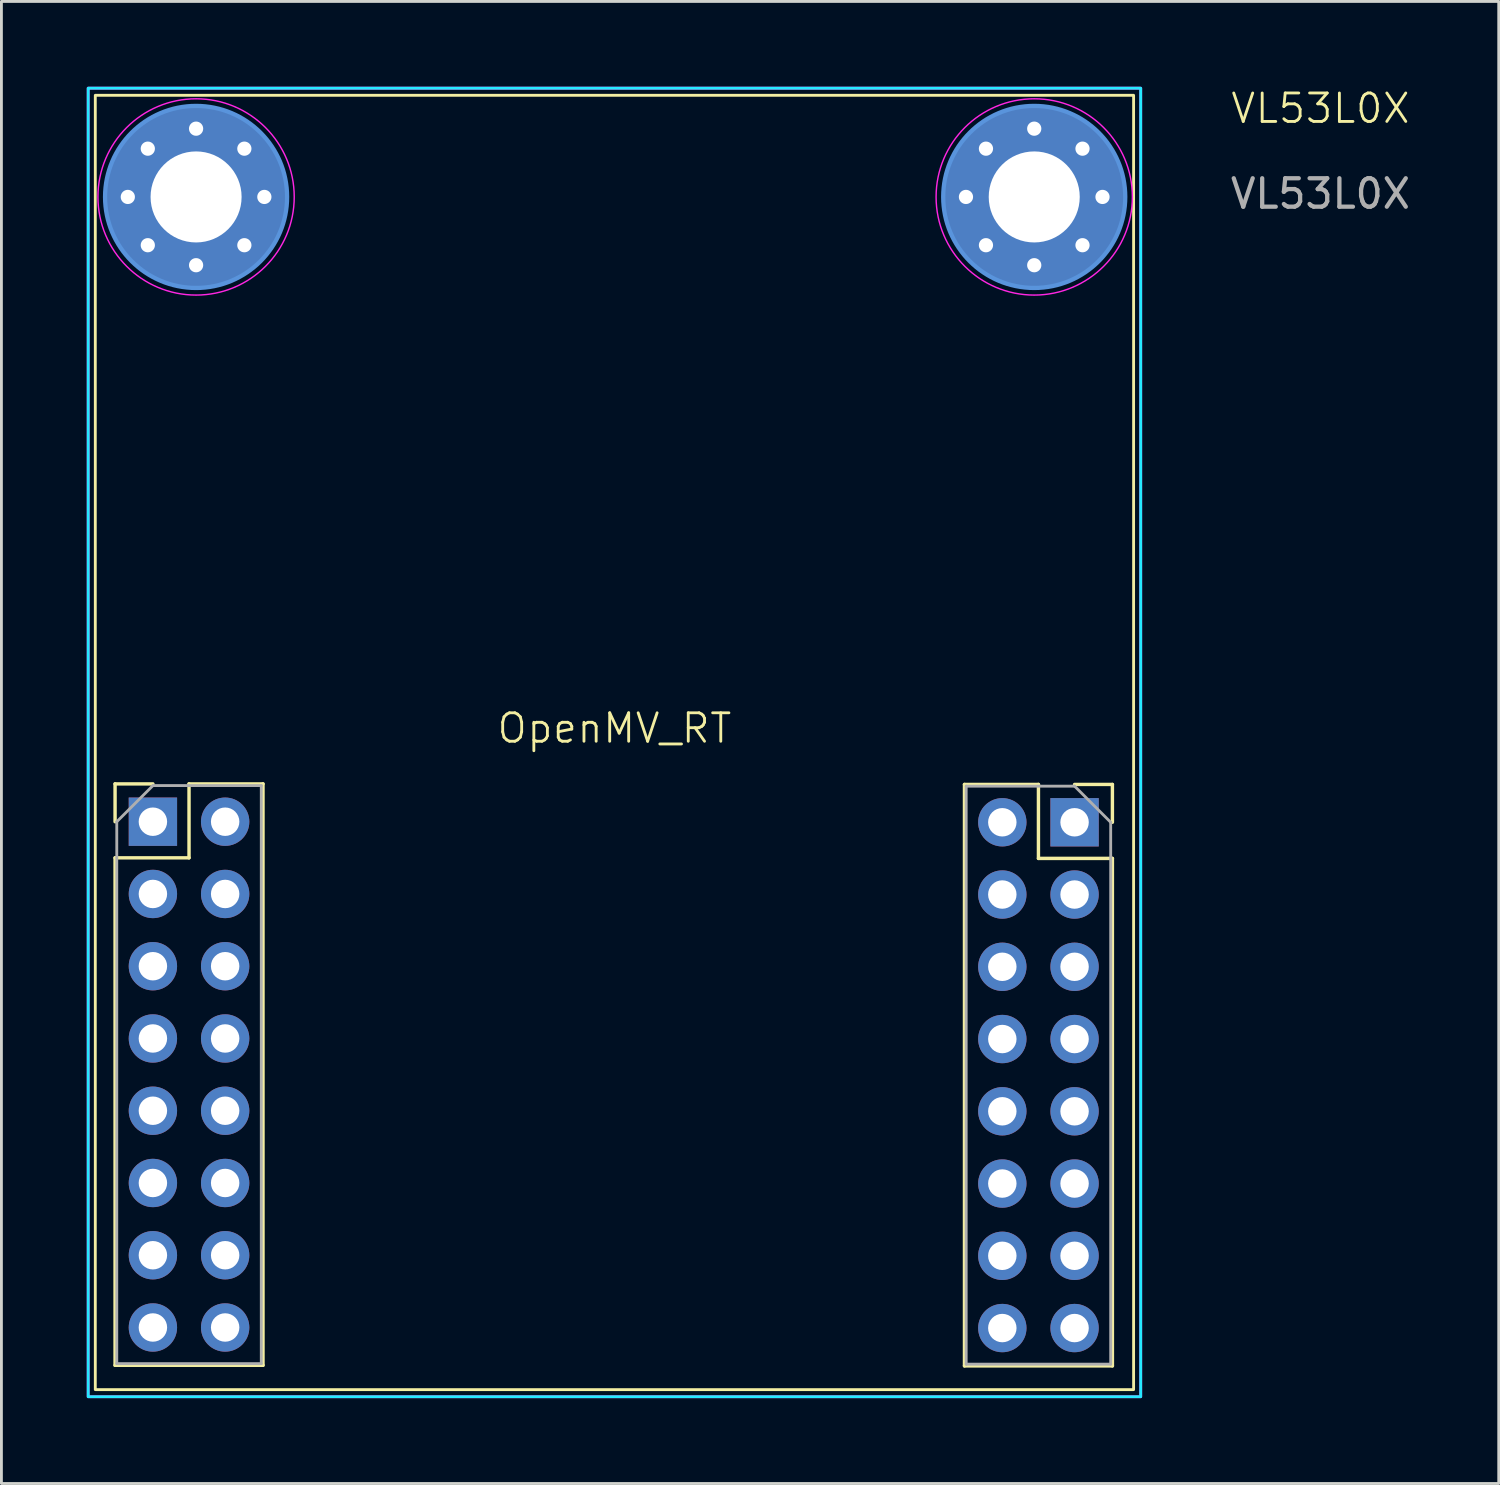
<source format=kicad_pcb>
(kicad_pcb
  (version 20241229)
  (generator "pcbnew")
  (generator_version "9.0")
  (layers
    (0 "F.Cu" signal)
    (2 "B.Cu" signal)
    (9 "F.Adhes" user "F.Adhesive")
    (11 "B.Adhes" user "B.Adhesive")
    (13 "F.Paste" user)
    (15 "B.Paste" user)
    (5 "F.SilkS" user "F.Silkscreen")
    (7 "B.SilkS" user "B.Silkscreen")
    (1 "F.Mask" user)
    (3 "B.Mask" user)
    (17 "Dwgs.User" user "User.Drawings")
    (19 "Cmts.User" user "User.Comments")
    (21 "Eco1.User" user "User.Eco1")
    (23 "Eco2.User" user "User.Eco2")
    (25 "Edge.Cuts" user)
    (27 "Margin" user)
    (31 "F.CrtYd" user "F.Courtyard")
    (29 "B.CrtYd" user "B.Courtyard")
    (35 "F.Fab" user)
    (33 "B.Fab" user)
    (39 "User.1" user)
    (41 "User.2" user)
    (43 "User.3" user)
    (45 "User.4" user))
  (footprint "OpenMV_RT"
    (layer "F.Cu")
    (at 18.55 9.08)
    (property "Reference" "OpenMV_RT" (at 0 13.47 0) (unlocked yes) (layer "F.SilkS") (effects (font (size 1 1) (thickness 0.1))))
    (attr through_hole)
    (fp_line (start -17.555 15.426) (end -16.225 15.426) (stroke (width 0.12) (type solid)) (layer "F.SilkS"))
    (fp_line (start -17.555 16.756) (end -17.555 15.426) (stroke (width 0.12) (type solid)) (layer "F.SilkS"))
    (fp_line (start -17.555 18.026) (end -17.555 35.866) (stroke (width 0.12) (type solid)) (layer "F.SilkS"))
    (fp_line (start -17.555 18.026) (end -14.955 18.026) (stroke (width 0.12) (type solid)) (layer "F.SilkS"))
    (fp_line (start -17.555 35.866) (end -12.355 35.866) (stroke (width 0.12) (type solid)) (layer "F.SilkS"))
    (fp_line (start -14.955 15.426) (end -12.355 15.426) (stroke (width 0.12) (type solid)) (layer "F.SilkS"))
    (fp_line (start -14.955 18.026) (end -14.955 15.426) (stroke (width 0.12) (type solid)) (layer "F.SilkS"))
    (fp_line (start -12.355 15.426) (end -12.355 35.866) (stroke (width 0.12) (type solid)) (layer "F.SilkS"))
    (fp_line (start 12.305 15.446) (end 12.305 35.886) (stroke (width 0.12) (type solid)) (layer "F.SilkS"))
    (fp_line (start 14.905 15.446) (end 12.305 15.446) (stroke (width 0.12) (type solid)) (layer "F.SilkS"))
    (fp_line (start 14.905 18.046) (end 14.905 15.446) (stroke (width 0.12) (type solid)) (layer "F.SilkS"))
    (fp_line (start 17.505 15.446) (end 16.175 15.446) (stroke (width 0.12) (type solid)) (layer "F.SilkS"))
    (fp_line (start 17.505 16.776) (end 17.505 15.446) (stroke (width 0.12) (type solid)) (layer "F.SilkS"))
    (fp_line (start 17.505 18.046) (end 14.905 18.046) (stroke (width 0.12) (type solid)) (layer "F.SilkS"))
    (fp_line (start 17.505 18.046) (end 17.505 35.886) (stroke (width 0.12) (type solid)) (layer "F.SilkS"))
    (fp_line (start 17.505 35.886) (end 12.305 35.886) (stroke (width 0.12) (type solid)) (layer "F.SilkS"))
    (fp_rect (start 18.25 -8.78) (end -18.25 36.72) (stroke (width 0.1) (type default)) (fill no) (layer "F.SilkS"))
    (fp_circle (center -14.707 -5.207) (end -11.507 -5.207) (stroke (width 0.15) (type solid)) (fill no) (layer "Cmts.User"))
    (fp_circle (center 14.757 -5.207) (end 17.957 -5.207) (stroke (width 0.15) (type solid)) (fill no) (layer "Cmts.User"))
    (fp_rect (start -18.5 36.97) (end 18.5 -9.03) (stroke (width 0.1) (type default)) (fill no) (layer "B.CrtYd"))
    (fp_rect (start -18.5 36.97) (end 18.5 -9.03) (stroke (width 0.1) (type default)) (fill no) (layer "F.CrtYd"))
    (fp_circle (center -14.707 -5.207) (end -11.257 -5.207) (stroke (width 0.05) (type solid)) (fill no) (layer "F.CrtYd"))
    (fp_circle (center 14.757 -5.207) (end 18.207 -5.207) (stroke (width 0.05) (type solid)) (fill no) (layer "F.CrtYd"))
    (fp_line (start -17.495 16.756) (end -16.225 15.486) (stroke (width 0.1) (type solid)) (layer "F.Fab"))
    (fp_line (start -17.495 35.806) (end -17.495 16.756) (stroke (width 0.1) (type solid)) (layer "F.Fab"))
    (fp_line (start -16.225 15.486) (end -12.415 15.486) (stroke (width 0.1) (type solid)) (layer "F.Fab"))
    (fp_line (start -12.415 15.486) (end -12.415 35.806) (stroke (width 0.1) (type solid)) (layer "F.Fab"))
    (fp_line (start -12.415 35.806) (end -17.495 35.806) (stroke (width 0.1) (type solid)) (layer "F.Fab"))
    (fp_line (start 12.365 15.506) (end 12.365 35.826) (stroke (width 0.1) (type solid)) (layer "F.Fab"))
    (fp_line (start 12.365 35.826) (end 17.445 35.826) (stroke (width 0.1) (type solid)) (layer "F.Fab"))
    (fp_line (start 16.175 15.506) (end 12.365 15.506) (stroke (width 0.1) (type solid)) (layer "F.Fab"))
    (fp_line (start 17.445 16.776) (end 16.175 15.506) (stroke (width 0.1) (type solid)) (layer "F.Fab"))
    (fp_line (start 17.445 35.826) (end 17.445 16.776) (stroke (width 0.1) (type solid)) (layer "F.Fab"))
    (pad "0" thru_hole rect (at -16.225 16.756) (size 1.7 1.7) (drill 1) (layers "*.Cu" "*.Mask"))
    (pad "1" thru_hole oval (at -13.685 16.756) (size 1.7 1.7) (drill 1) (layers "*.Cu" "*.Mask"))
    (pad "2" thru_hole oval (at -16.225 19.296) (size 1.7 1.7) (drill 1) (layers "*.Cu" "*.Mask"))
    (pad "3" thru_hole oval (at -13.685 19.296) (size 1.7 1.7) (drill 1) (layers "*.Cu" "*.Mask"))
    (pad "4" thru_hole oval (at -16.225 21.836) (size 1.7 1.7) (drill 1) (layers "*.Cu" "*.Mask"))
    (pad "5" thru_hole oval (at -13.685 21.836) (size 1.7 1.7) (drill 1) (layers "*.Cu" "*.Mask"))
    (pad "6" thru_hole oval (at -16.225 24.376) (size 1.7 1.7) (drill 1) (layers "*.Cu" "*.Mask"))
    (pad "7" thru_hole oval (at -13.685 24.376) (size 1.7 1.7) (drill 1) (layers "*.Cu" "*.Mask"))
    (pad "8" thru_hole oval (at -16.225 26.916) (size 1.7 1.7) (drill 1) (layers "*.Cu" "*.Mask"))
    (pad "9" thru_hole oval (at -13.685 26.916) (size 1.7 1.7) (drill 1) (layers "*.Cu" "*.Mask"))
    (pad "10" thru_hole oval (at -16.225 29.456) (size 1.7 1.7) (drill 1) (layers "*.Cu" "*.Mask"))
    (pad "11" thru_hole oval (at -13.685 29.456) (size 1.7 1.7) (drill 1) (layers "*.Cu" "*.Mask"))
    (pad "12" thru_hole oval (at -16.225 31.996) (size 1.7 1.7) (drill 1) (layers "*.Cu" "*.Mask"))
    (pad "13" thru_hole oval (at -13.685 31.996) (size 1.7 1.7) (drill 1) (layers "*.Cu" "*.Mask"))
    (pad "14" thru_hole oval (at -16.225 34.536) (size 1.7 1.7) (drill 1) (layers "*.Cu" "*.Mask"))
    (pad "15" thru_hole oval (at -13.685 34.536) (size 1.7 1.7) (drill 1) (layers "*.Cu" "*.Mask"))
    (pad "16" thru_hole oval (at 13.635 16.776) (size 1.7 1.7) (drill 1) (layers "*.Cu" "*.Mask"))
    (pad "17" thru_hole rect (at 16.175 16.776) (size 1.7 1.7) (drill 1) (layers "*.Cu" "*.Mask"))
    (pad "18" thru_hole oval (at 13.635 19.316) (size 1.7 1.7) (drill 1) (layers "*.Cu" "*.Mask"))
    (pad "19" thru_hole oval (at 16.175 19.316) (size 1.7 1.7) (drill 1) (layers "*.Cu" "*.Mask"))
    (pad "20" thru_hole oval (at 13.635 21.856) (size 1.7 1.7) (drill 1) (layers "*.Cu" "*.Mask"))
    (pad "21" thru_hole oval (at 16.175 21.856) (size 1.7 1.7) (drill 1) (layers "*.Cu" "*.Mask"))
    (pad "22" thru_hole oval (at 13.635 24.396) (size 1.7 1.7) (drill 1) (layers "*.Cu" "*.Mask"))
    (pad "23" thru_hole oval (at 16.175 24.396) (size 1.7 1.7) (drill 1) (layers "*.Cu" "*.Mask"))
    (pad "24" thru_hole oval (at 13.635 26.936) (size 1.7 1.7) (drill 1) (layers "*.Cu" "*.Mask"))
    (pad "25" thru_hole oval (at 16.175 26.936) (size 1.7 1.7) (drill 1) (layers "*.Cu" "*.Mask"))
    (pad "26" thru_hole oval (at 13.635 29.476) (size 1.7 1.7) (drill 1) (layers "*.Cu" "*.Mask"))
    (pad "27" thru_hole oval (at 16.175 29.476) (size 1.7 1.7) (drill 1) (layers "*.Cu" "*.Mask"))
    (pad "28" thru_hole oval (at 13.635 32.016) (size 1.7 1.7) (drill 1) (layers "*.Cu" "*.Mask"))
    (pad "29" thru_hole oval (at 16.175 32.016) (size 1.7 1.7) (drill 1) (layers "*.Cu" "*.Mask"))
    (pad "30" thru_hole oval (at 13.635 34.556) (size 1.7 1.7) (drill 1) (layers "*.Cu" "*.Mask"))
    (pad "31" thru_hole oval (at 16.175 34.556) (size 1.7 1.7) (drill 1) (layers "*.Cu" "*.Mask"))
    (pad "X" thru_hole circle (at -17.107 -5.207) (size 0.8 0.8) (drill 0.5) (layers "*.Cu" "*.Mask"))
    (pad "X" thru_hole circle (at -16.404 -6.904) (size 0.8 0.8) (drill 0.5) (layers "*.Cu" "*.Mask"))
    (pad "X" thru_hole circle (at -16.404 -3.51) (size 0.8 0.8) (drill 0.5) (layers "*.Cu" "*.Mask"))
    (pad "X" thru_hole circle (at -14.707 -7.607) (size 0.8 0.8) (drill 0.5) (layers "*.Cu" "*.Mask"))
    (pad "X" thru_hole circle (at -14.707 -5.207) (size 6.4 6.4) (drill 3.2) (layers "*.Cu" "*.Mask"))
    (pad "X" thru_hole circle (at -14.707 -2.807) (size 0.8 0.8) (drill 0.5) (layers "*.Cu" "*.Mask"))
    (pad "X" thru_hole circle (at -13.01 -6.904) (size 0.8 0.8) (drill 0.5) (layers "*.Cu" "*.Mask"))
    (pad "X" thru_hole circle (at -13.01 -3.51) (size 0.8 0.8) (drill 0.5) (layers "*.Cu" "*.Mask"))
    (pad "X" thru_hole circle (at -12.307 -5.207) (size 0.8 0.8) (drill 0.5) (layers "*.Cu" "*.Mask"))
    (pad "X" thru_hole circle (at 12.357 -5.207) (size 0.8 0.8) (drill 0.5) (layers "*.Cu" "*.Mask"))
    (pad "X" thru_hole circle (at 13.06 -6.904) (size 0.8 0.8) (drill 0.5) (layers "*.Cu" "*.Mask"))
    (pad "X" thru_hole circle (at 13.06 -3.51) (size 0.8 0.8) (drill 0.5) (layers "*.Cu" "*.Mask"))
    (pad "X" thru_hole circle (at 14.757 -7.607) (size 0.8 0.8) (drill 0.5) (layers "*.Cu" "*.Mask"))
    (pad "X" thru_hole circle (at 14.757 -5.207) (size 6.4 6.4) (drill 3.2) (layers "*.Cu" "*.Mask"))
    (pad "X" thru_hole circle (at 14.757 -2.807) (size 0.8 0.8) (drill 0.5) (layers "*.Cu" "*.Mask"))
    (pad "X" thru_hole circle (at 16.454 -6.904) (size 0.8 0.8) (drill 0.5) (layers "*.Cu" "*.Mask"))
    (pad "X" thru_hole circle (at 16.454 -3.51) (size 0.8 0.8) (drill 0.5) (layers "*.Cu" "*.Mask"))
    (pad "X" thru_hole circle (at 17.157 -5.207) (size 0.8 0.8) (drill 0.5) (layers "*.Cu" "*.Mask")))
  (footprint "VL53L0X"
    (layer "F.Cu")
    (at 43.408 22.511)
    (property "Reference" "VL53L0X" (at -0.04 -21.75 0) (unlocked yes) (layer "F.SilkS") (effects (font (size 1 1) (thickness 0.1))))
    (attr smd)
    (fp_text user "${REFERENCE}" (at -0.04 -18.75 0) (unlocked yes) (layer "F.Fab") (effects (font (size 1 1) (thickness 0.15)))))
  (gr_rect
    (start -3 -3)
    (end 49.636 49.1)
    (stroke (width 0.1) (type default))
    (fill no)
    (layer "Edge.Cuts")))
</source>
